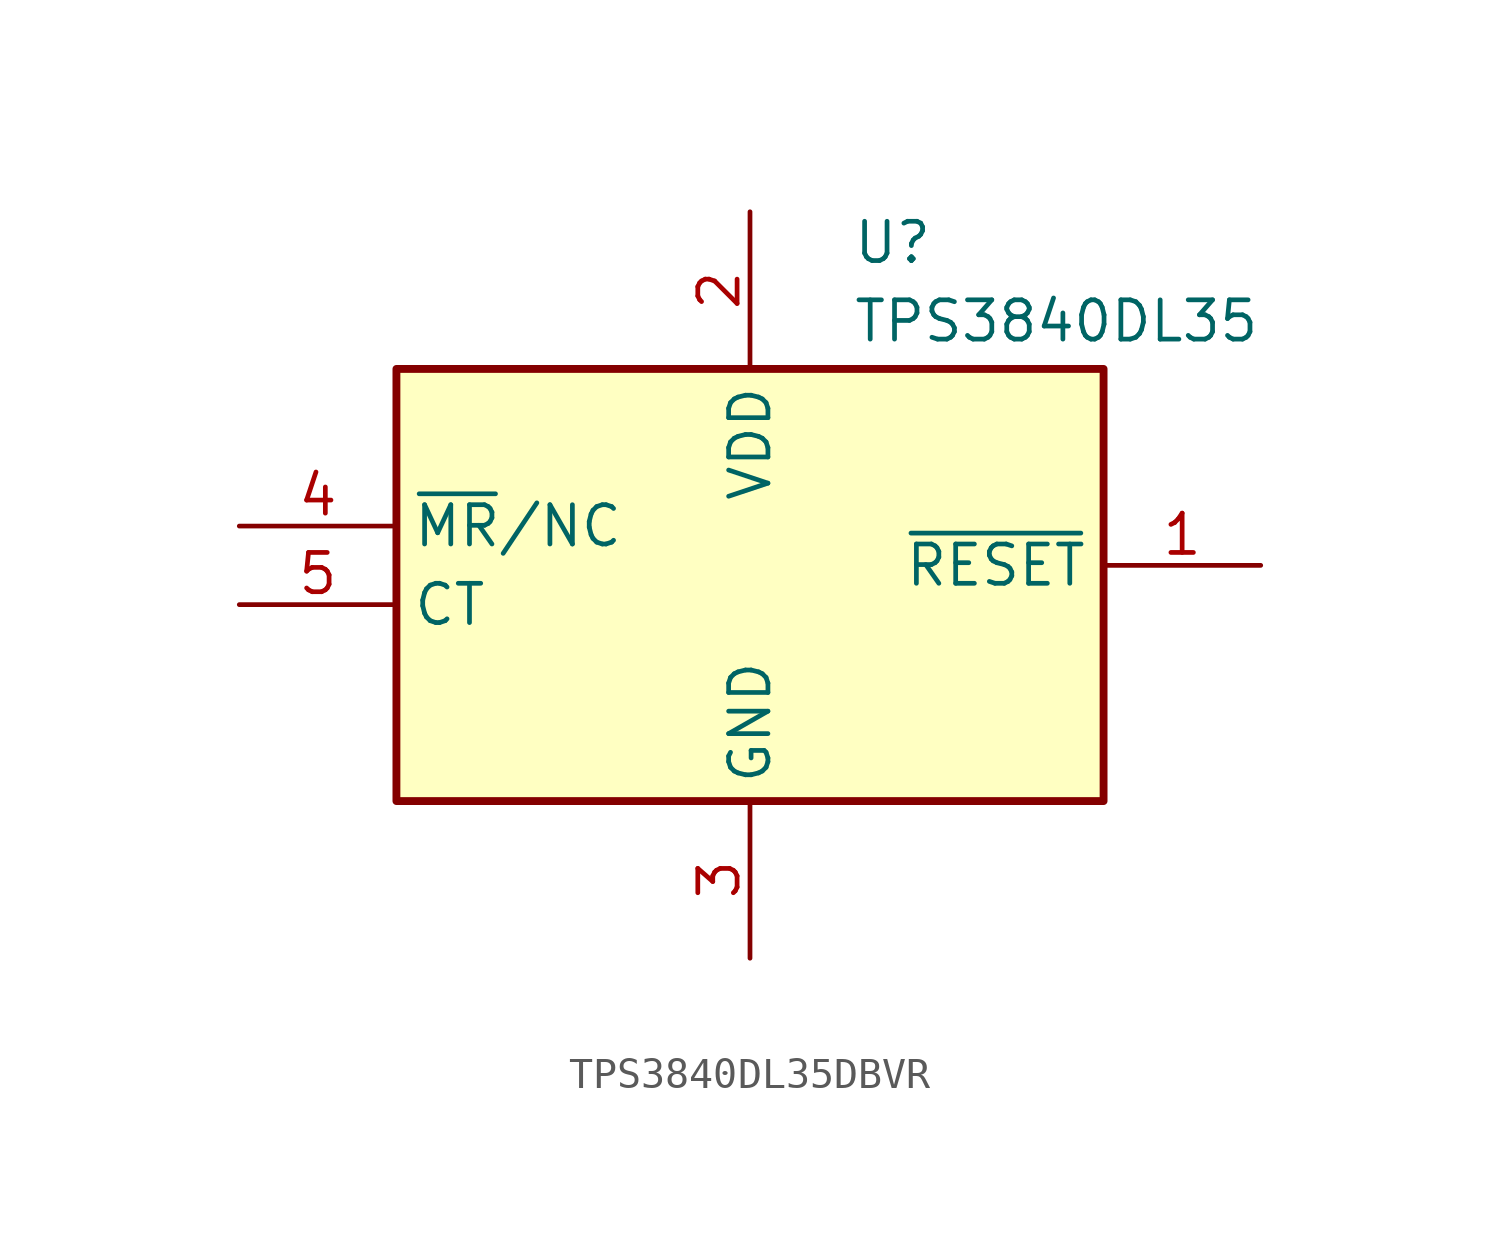
<source format=kicad_sym>
(kicad_symbol_lib
  (version 20241209)
  (generator "kicad_symbol_editor")
  (generator_version "9.0")
  (symbol "TPS3840DL35DBVR"
    (property "Reference" "U"
      (at 3.302 11.176 0)
      (effects (font (size 1.27 1.27)) (justify left top)))
    (property "Value" "TPS3840DL35"
      (at 3.302 8.636 0)
      (effects (font (size 1.27 1.27)) (justify left top)))
    (symbol "TPS3840DL35DBVR_1_1"
      (rectangle (start -11.43 6.35) (end 11.43 -7.62) (stroke (width 0.254) (type default)) (fill (type background)))
      (pin input line (at -16.51 1.27 0) (length 5.08) (name "~{MR}/NC" (effects (font (size 1.27 1.27)))) (number "4" (effects (font (size 1.27 1.27)))))
      (pin passive line (at -16.51 -1.27 0) (length 5.08) (name "CT" (effects (font (size 1.27 1.27)))) (number "5" (effects (font (size 1.27 1.27)))))
      (pin power_in line (at 0 11.43 270) (length 5.08) (name "VDD" (effects (font (size 1.27 1.27)))) (number "2" (effects (font (size 1.27 1.27)))))
      (pin power_in line (at 0 -12.7 90) (length 5.08) (name "GND" (effects (font (size 1.27 1.27)))) (number "3" (effects (font (size 1.27 1.27)))))
      (pin output line (at 16.51 0 180) (length 5.08) (name "~{RESET}" (effects (font (size 1.27 1.27)))) (number "1" (effects (font (size 1.27 1.27))))))))
</source>
